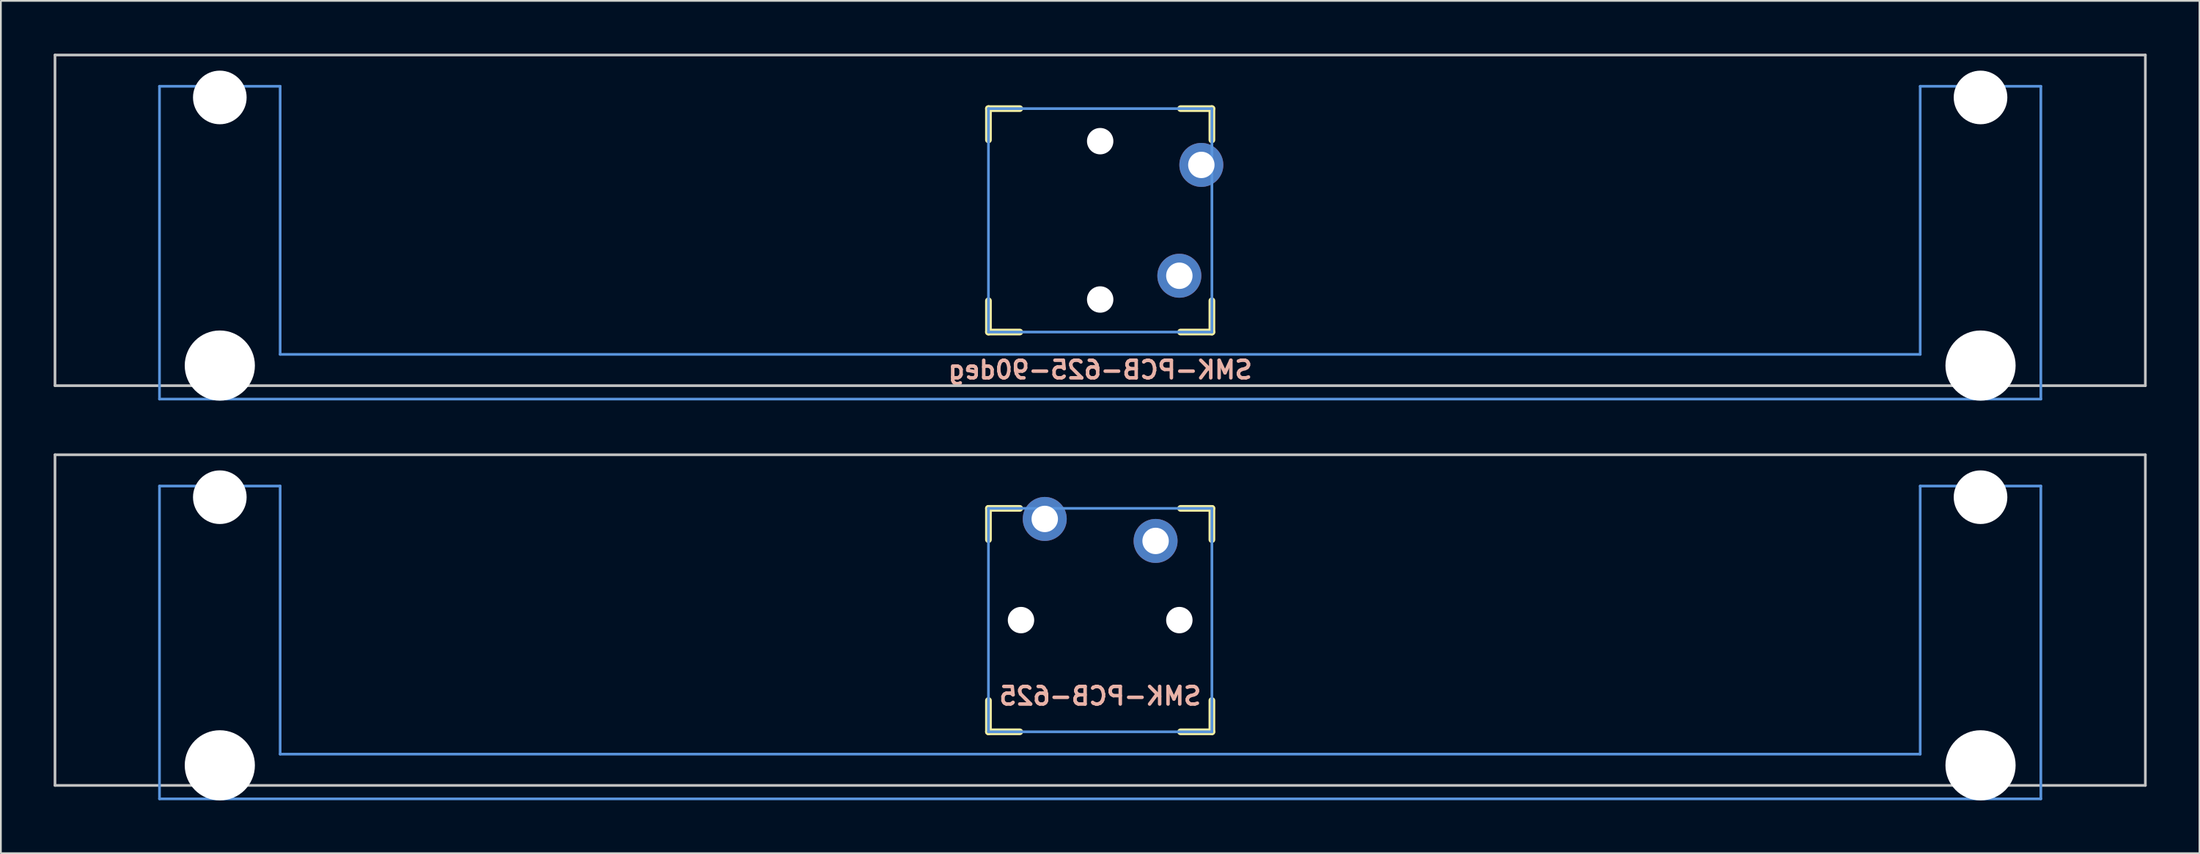
<source format=kicad_pcb>
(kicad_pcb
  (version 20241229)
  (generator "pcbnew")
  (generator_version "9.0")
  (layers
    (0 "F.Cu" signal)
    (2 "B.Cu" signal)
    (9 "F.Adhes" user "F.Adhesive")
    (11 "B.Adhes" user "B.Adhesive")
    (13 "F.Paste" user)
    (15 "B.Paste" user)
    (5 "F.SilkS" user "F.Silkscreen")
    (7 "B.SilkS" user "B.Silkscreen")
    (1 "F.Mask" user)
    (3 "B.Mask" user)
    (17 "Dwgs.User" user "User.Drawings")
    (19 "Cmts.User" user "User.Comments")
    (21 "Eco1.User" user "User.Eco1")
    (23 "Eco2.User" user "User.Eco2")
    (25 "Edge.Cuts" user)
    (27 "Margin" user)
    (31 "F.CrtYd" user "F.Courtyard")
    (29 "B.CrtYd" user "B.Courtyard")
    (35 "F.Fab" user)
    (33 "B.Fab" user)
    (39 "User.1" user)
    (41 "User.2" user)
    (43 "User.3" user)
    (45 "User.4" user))
  (footprint "SMK-PCB-625-90deg"
    (layer "F.Cu")
    (at 59.482 9.474)
    (property "Reference" "SMK-PCB-625-90deg" (at 0 8.5 0) (layer "B.SilkS") (effects (font (size 1 1) (thickness 0.2)) (justify mirror)))
    (attr through_hole)
    (fp_line (start -6.35 -6.35) (end -4.572 -6.35) (stroke (width 0.381) (type solid)) (layer "F.SilkS"))
    (fp_line (start -6.35 -4.572) (end -6.35 -6.35) (stroke (width 0.381) (type solid)) (layer "F.SilkS"))
    (fp_line (start -6.35 6.35) (end -6.35 4.572) (stroke (width 0.381) (type solid)) (layer "F.SilkS"))
    (fp_line (start -4.572 6.35) (end -6.35 6.35) (stroke (width 0.381) (type solid)) (layer "F.SilkS"))
    (fp_line (start 4.572 -6.35) (end 6.35 -6.35) (stroke (width 0.381) (type solid)) (layer "F.SilkS"))
    (fp_line (start 6.35 -6.35) (end 6.35 -4.572) (stroke (width 0.381) (type solid)) (layer "F.SilkS"))
    (fp_line (start 6.35 4.572) (end 6.35 6.35) (stroke (width 0.381) (type solid)) (layer "F.SilkS"))
    (fp_line (start 6.35 6.35) (end 4.572 6.35) (stroke (width 0.381) (type solid)) (layer "F.SilkS"))
    (fp_line (start -59.406 -9.398) (end 59.406 -9.398) (stroke (width 0.152) (type solid)) (layer "Dwgs.User"))
    (fp_line (start -59.406 9.398) (end -59.406 -9.398) (stroke (width 0.152) (type solid)) (layer "Dwgs.User"))
    (fp_line (start 59.406 -9.398) (end 59.406 9.398) (stroke (width 0.152) (type solid)) (layer "Dwgs.User"))
    (fp_line (start 59.406 9.398) (end -59.406 9.398) (stroke (width 0.152) (type solid)) (layer "Dwgs.User"))
    (fp_line (start -53.467 -7.62) (end -53.467 10.16) (stroke (width 0.152) (type solid)) (layer "Cmts.User"))
    (fp_line (start -53.467 10.16) (end 53.467 10.16) (stroke (width 0.152) (type solid)) (layer "Cmts.User"))
    (fp_line (start -46.609 -7.62) (end -53.467 -7.62) (stroke (width 0.152) (type solid)) (layer "Cmts.User"))
    (fp_line (start -46.609 7.62) (end -46.609 -7.62) (stroke (width 0.152) (type solid)) (layer "Cmts.User"))
    (fp_line (start -6.35 -6.35) (end 6.35 -6.35) (stroke (width 0.152) (type solid)) (layer "Cmts.User"))
    (fp_line (start -6.35 6.35) (end -6.35 -6.35) (stroke (width 0.152) (type solid)) (layer "Cmts.User"))
    (fp_line (start 6.35 -6.35) (end 6.35 6.35) (stroke (width 0.152) (type solid)) (layer "Cmts.User"))
    (fp_line (start 6.35 6.35) (end -6.35 6.35) (stroke (width 0.152) (type solid)) (layer "Cmts.User"))
    (fp_line (start 46.609 -7.62) (end 46.609 7.62) (stroke (width 0.152) (type solid)) (layer "Cmts.User"))
    (fp_line (start 46.609 7.62) (end -46.609 7.62) (stroke (width 0.152) (type solid)) (layer "Cmts.User"))
    (fp_line (start 53.467 -7.62) (end 46.609 -7.62) (stroke (width 0.152) (type solid)) (layer "Cmts.User"))
    (fp_line (start 53.467 10.16) (end 53.467 -7.62) (stroke (width 0.152) (type solid)) (layer "Cmts.User"))
    (fp_line (start -54.229 -2.286) (end -53.365 -2.286) (stroke (width 0.152) (type solid)) (layer "Eco2.User"))
    (fp_line (start -54.229 0.508) (end -54.229 -2.286) (stroke (width 0.152) (type solid)) (layer "Eco2.User"))
    (fp_line (start -53.365 -5.69) (end -46.711 -5.69) (stroke (width 0.152) (type solid)) (layer "Eco2.User"))
    (fp_line (start -53.365 -2.286) (end -53.365 -5.69) (stroke (width 0.152) (type solid)) (layer "Eco2.User"))
    (fp_line (start -53.365 0.508) (end -54.229 0.508) (stroke (width 0.152) (type solid)) (layer "Eco2.User"))
    (fp_line (start -53.365 6.604) (end -53.365 0.508) (stroke (width 0.152) (type solid)) (layer "Eco2.User"))
    (fp_line (start -52.324 6.604) (end -53.365 6.604) (stroke (width 0.152) (type solid)) (layer "Eco2.User"))
    (fp_line (start -52.324 7.772) (end -52.324 6.604) (stroke (width 0.152) (type solid)) (layer "Eco2.User"))
    (fp_line (start -47.752 6.604) (end -47.752 7.772) (stroke (width 0.152) (type solid)) (layer "Eco2.User"))
    (fp_line (start -47.752 7.772) (end -52.324 7.772) (stroke (width 0.152) (type solid)) (layer "Eco2.User"))
    (fp_line (start -46.711 -5.69) (end -46.711 -2.286) (stroke (width 0.152) (type solid)) (layer "Eco2.User"))
    (fp_line (start -46.711 -2.286) (end -6.985 -2.286) (stroke (width 0.152) (type solid)) (layer "Eco2.User"))
    (fp_line (start -46.711 2.286) (end -46.711 6.604) (stroke (width 0.152) (type solid)) (layer "Eco2.User"))
    (fp_line (start -46.711 6.604) (end -47.752 6.604) (stroke (width 0.152) (type solid)) (layer "Eco2.User"))
    (fp_line (start -7.75 -6.4) (end -6.985 -6.4) (stroke (width 0.152) (type solid)) (layer "Eco2.User"))
    (fp_line (start -7.75 6.4) (end -6.985 6.4) (stroke (width 0.152) (type solid)) (layer "Eco2.User"))
    (fp_line (start -6.985 2.286) (end -46.711 2.286) (stroke (width 0.152) (type solid)) (layer "Eco2.User"))
    (fp_line (start -6.985 6.985) (end -6.985 -6.985) (stroke (width 0.152) (type solid)) (layer "Eco2.User"))
    (fp_line (start -6.985 6.985) (end -6.4 6.985) (stroke (width 0.152) (type solid)) (layer "Eco2.User"))
    (fp_line (start -6.4 -6.985) (end -6.985 -6.985) (stroke (width 0.152) (type solid)) (layer "Eco2.User"))
    (fp_line (start 6.4 -6.985) (end 6.985 -6.985) (stroke (width 0.152) (type solid)) (layer "Eco2.User"))
    (fp_line (start 6.4 6.985) (end 6.985 6.985) (stroke (width 0.152) (type solid)) (layer "Eco2.User"))
    (fp_line (start 6.985 -6.985) (end 6.985 6.985) (stroke (width 0.152) (type solid)) (layer "Eco2.User"))
    (fp_line (start 6.985 -2.286) (end 46.711 -2.286) (stroke (width 0.152) (type solid)) (layer "Eco2.User"))
    (fp_line (start 6.985 6.4) (end 7.75 6.4) (stroke (width 0.152) (type solid)) (layer "Eco2.User"))
    (fp_line (start 7.75 -6.4) (end 6.985 -6.4) (stroke (width 0.152) (type solid)) (layer "Eco2.User"))
    (fp_line (start 46.711 -5.69) (end 53.365 -5.69) (stroke (width 0.152) (type solid)) (layer "Eco2.User"))
    (fp_line (start 46.711 -2.286) (end 46.711 -5.69) (stroke (width 0.152) (type solid)) (layer "Eco2.User"))
    (fp_line (start 46.711 2.286) (end 6.985 2.286) (stroke (width 0.152) (type solid)) (layer "Eco2.User"))
    (fp_line (start 46.711 6.604) (end 46.711 2.286) (stroke (width 0.152) (type solid)) (layer "Eco2.User"))
    (fp_line (start 47.752 6.604) (end 46.711 6.604) (stroke (width 0.152) (type solid)) (layer "Eco2.User"))
    (fp_line (start 47.752 7.772) (end 47.752 6.604) (stroke (width 0.152) (type solid)) (layer "Eco2.User"))
    (fp_line (start 52.324 6.604) (end 52.324 7.772) (stroke (width 0.152) (type solid)) (layer "Eco2.User"))
    (fp_line (start 52.324 7.772) (end 47.752 7.772) (stroke (width 0.152) (type solid)) (layer "Eco2.User"))
    (fp_line (start 53.365 -5.69) (end 53.365 -2.286) (stroke (width 0.152) (type solid)) (layer "Eco2.User"))
    (fp_line (start 53.365 -2.286) (end 54.229 -2.286) (stroke (width 0.152) (type solid)) (layer "Eco2.User"))
    (fp_line (start 53.365 0.508) (end 53.365 6.604) (stroke (width 0.152) (type solid)) (layer "Eco2.User"))
    (fp_line (start 53.365 6.604) (end 52.324 6.604) (stroke (width 0.152) (type solid)) (layer "Eco2.User"))
    (fp_line (start 54.229 -2.286) (end 54.229 0.508) (stroke (width 0.152) (type solid)) (layer "Eco2.User"))
    (fp_line (start 54.229 0.508) (end 53.365 0.508) (stroke (width 0.152) (type solid)) (layer "Eco2.User"))
    (pad "" np_thru_hole circle (at -50.038 -6.985) (size 3.048 3.048) (drill 3.048) (layers "*.Cu"))
    (pad "" np_thru_hole circle (at -50.038 8.255) (size 3.988 3.988) (drill 3.988) (layers "*.Cu"))
    (pad "" np_thru_hole circle (at 0 -4.5 270) (size 1.5 1.5) (drill 1.5) (layers "*.Cu" "*.Mask"))
    (pad "" np_thru_hole circle (at 0 4.5 270) (size 1.5 1.5) (drill 1.5) (layers "*.Cu" "*.Mask"))
    (pad "" np_thru_hole circle (at 50.038 -6.985) (size 3.048 3.048) (drill 3.048) (layers "*.Cu"))
    (pad "" np_thru_hole circle (at 50.038 8.255) (size 3.988 3.988) (drill 3.988) (layers "*.Cu"))
    (pad "1" thru_hole circle (at 5.75 -3.15 270) (size 2.5 2.5) (drill 1.5) (layers "*.Cu" "*.Mask"))
    (pad "2" thru_hole circle (at 4.5 3.15 270) (size 2.5 2.5) (drill 1.5) (layers "*.Cu" "*.Mask")))
  (footprint "SMK-PCB-625"
    (layer "F.Cu")
    (at 59.482 32.197)
    (property "Reference" "SMK-PCB-625" (at 0 4.318 0) (layer "B.SilkS") (effects (font (size 1 1) (thickness 0.2)) (justify mirror)))
    (attr through_hole)
    (fp_line (start -6.35 -6.35) (end -4.572 -6.35) (stroke (width 0.381) (type solid)) (layer "F.SilkS"))
    (fp_line (start -6.35 -4.572) (end -6.35 -6.35) (stroke (width 0.381) (type solid)) (layer "F.SilkS"))
    (fp_line (start -6.35 6.35) (end -6.35 4.572) (stroke (width 0.381) (type solid)) (layer "F.SilkS"))
    (fp_line (start -4.572 6.35) (end -6.35 6.35) (stroke (width 0.381) (type solid)) (layer "F.SilkS"))
    (fp_line (start 4.572 -6.35) (end 6.35 -6.35) (stroke (width 0.381) (type solid)) (layer "F.SilkS"))
    (fp_line (start 6.35 -6.35) (end 6.35 -4.572) (stroke (width 0.381) (type solid)) (layer "F.SilkS"))
    (fp_line (start 6.35 4.572) (end 6.35 6.35) (stroke (width 0.381) (type solid)) (layer "F.SilkS"))
    (fp_line (start 6.35 6.35) (end 4.572 6.35) (stroke (width 0.381) (type solid)) (layer "F.SilkS"))
    (fp_line (start -59.406 -9.398) (end 59.406 -9.398) (stroke (width 0.152) (type solid)) (layer "Dwgs.User"))
    (fp_line (start -59.406 9.398) (end -59.406 -9.398) (stroke (width 0.152) (type solid)) (layer "Dwgs.User"))
    (fp_line (start 59.406 -9.398) (end 59.406 9.398) (stroke (width 0.152) (type solid)) (layer "Dwgs.User"))
    (fp_line (start 59.406 9.398) (end -59.406 9.398) (stroke (width 0.152) (type solid)) (layer "Dwgs.User"))
    (fp_line (start -53.467 -7.62) (end -53.467 10.16) (stroke (width 0.152) (type solid)) (layer "Cmts.User"))
    (fp_line (start -53.467 10.16) (end 53.467 10.16) (stroke (width 0.152) (type solid)) (layer "Cmts.User"))
    (fp_line (start -46.609 -7.62) (end -53.467 -7.62) (stroke (width 0.152) (type solid)) (layer "Cmts.User"))
    (fp_line (start -46.609 7.62) (end -46.609 -7.62) (stroke (width 0.152) (type solid)) (layer "Cmts.User"))
    (fp_line (start -6.35 -6.35) (end 6.35 -6.35) (stroke (width 0.152) (type solid)) (layer "Cmts.User"))
    (fp_line (start -6.35 6.35) (end -6.35 -6.35) (stroke (width 0.152) (type solid)) (layer "Cmts.User"))
    (fp_line (start 6.35 -6.35) (end 6.35 6.35) (stroke (width 0.152) (type solid)) (layer "Cmts.User"))
    (fp_line (start 6.35 6.35) (end -6.35 6.35) (stroke (width 0.152) (type solid)) (layer "Cmts.User"))
    (fp_line (start 46.609 -7.62) (end 46.609 7.62) (stroke (width 0.152) (type solid)) (layer "Cmts.User"))
    (fp_line (start 46.609 7.62) (end -46.609 7.62) (stroke (width 0.152) (type solid)) (layer "Cmts.User"))
    (fp_line (start 53.467 -7.62) (end 46.609 -7.62) (stroke (width 0.152) (type solid)) (layer "Cmts.User"))
    (fp_line (start 53.467 10.16) (end 53.467 -7.62) (stroke (width 0.152) (type solid)) (layer "Cmts.User"))
    (fp_line (start -54.229 -2.286) (end -53.365 -2.286) (stroke (width 0.152) (type solid)) (layer "Eco2.User"))
    (fp_line (start -54.229 0.508) (end -54.229 -2.286) (stroke (width 0.152) (type solid)) (layer "Eco2.User"))
    (fp_line (start -53.365 -5.69) (end -46.711 -5.69) (stroke (width 0.152) (type solid)) (layer "Eco2.User"))
    (fp_line (start -53.365 -2.286) (end -53.365 -5.69) (stroke (width 0.152) (type solid)) (layer "Eco2.User"))
    (fp_line (start -53.365 0.508) (end -54.229 0.508) (stroke (width 0.152) (type solid)) (layer "Eco2.User"))
    (fp_line (start -53.365 6.604) (end -53.365 0.508) (stroke (width 0.152) (type solid)) (layer "Eco2.User"))
    (fp_line (start -52.324 6.604) (end -53.365 6.604) (stroke (width 0.152) (type solid)) (layer "Eco2.User"))
    (fp_line (start -52.324 7.772) (end -52.324 6.604) (stroke (width 0.152) (type solid)) (layer "Eco2.User"))
    (fp_line (start -47.752 6.604) (end -47.752 7.772) (stroke (width 0.152) (type solid)) (layer "Eco2.User"))
    (fp_line (start -47.752 7.772) (end -52.324 7.772) (stroke (width 0.152) (type solid)) (layer "Eco2.User"))
    (fp_line (start -46.711 -5.69) (end -46.711 -2.286) (stroke (width 0.152) (type solid)) (layer "Eco2.User"))
    (fp_line (start -46.711 -2.286) (end -6.985 -2.286) (stroke (width 0.152) (type solid)) (layer "Eco2.User"))
    (fp_line (start -46.711 2.286) (end -46.711 6.604) (stroke (width 0.152) (type solid)) (layer "Eco2.User"))
    (fp_line (start -46.711 6.604) (end -47.752 6.604) (stroke (width 0.152) (type solid)) (layer "Eco2.User"))
    (fp_line (start -7.75 -6.4) (end -6.985 -6.4) (stroke (width 0.152) (type solid)) (layer "Eco2.User"))
    (fp_line (start -7.75 6.4) (end -6.985 6.4) (stroke (width 0.152) (type solid)) (layer "Eco2.User"))
    (fp_line (start -6.985 -6.985) (end 6.985 -6.985) (stroke (width 0.152) (type solid)) (layer "Eco2.User"))
    (fp_line (start -6.985 -6.4) (end -6.985 -6.985) (stroke (width 0.152) (type solid)) (layer "Eco2.User"))
    (fp_line (start -6.985 2.286) (end -46.711 2.286) (stroke (width 0.152) (type solid)) (layer "Eco2.User"))
    (fp_line (start -6.985 6.4) (end -6.985 6.985) (stroke (width 0.152) (type solid)) (layer "Eco2.User"))
    (fp_line (start 6.985 -6.4) (end 6.985 -6.985) (stroke (width 0.152) (type solid)) (layer "Eco2.User"))
    (fp_line (start 6.985 -2.286) (end 46.711 -2.286) (stroke (width 0.152) (type solid)) (layer "Eco2.User"))
    (fp_line (start 6.985 6.4) (end 7.75 6.4) (stroke (width 0.152) (type solid)) (layer "Eco2.User"))
    (fp_line (start 6.985 6.985) (end -6.985 6.985) (stroke (width 0.152) (type solid)) (layer "Eco2.User"))
    (fp_line (start 6.985 6.985) (end 6.985 6.4) (stroke (width 0.152) (type solid)) (layer "Eco2.User"))
    (fp_line (start 7.75 -6.4) (end 6.985 -6.4) (stroke (width 0.152) (type solid)) (layer "Eco2.User"))
    (fp_line (start 46.711 -5.69) (end 53.365 -5.69) (stroke (width 0.152) (type solid)) (layer "Eco2.User"))
    (fp_line (start 46.711 -2.286) (end 46.711 -5.69) (stroke (width 0.152) (type solid)) (layer "Eco2.User"))
    (fp_line (start 46.711 2.286) (end 6.985 2.286) (stroke (width 0.152) (type solid)) (layer "Eco2.User"))
    (fp_line (start 46.711 6.604) (end 46.711 2.286) (stroke (width 0.152) (type solid)) (layer "Eco2.User"))
    (fp_line (start 47.752 6.604) (end 46.711 6.604) (stroke (width 0.152) (type solid)) (layer "Eco2.User"))
    (fp_line (start 47.752 7.772) (end 47.752 6.604) (stroke (width 0.152) (type solid)) (layer "Eco2.User"))
    (fp_line (start 52.324 6.604) (end 52.324 7.772) (stroke (width 0.152) (type solid)) (layer "Eco2.User"))
    (fp_line (start 52.324 7.772) (end 47.752 7.772) (stroke (width 0.152) (type solid)) (layer "Eco2.User"))
    (fp_line (start 53.365 -5.69) (end 53.365 -2.286) (stroke (width 0.152) (type solid)) (layer "Eco2.User"))
    (fp_line (start 53.365 -2.286) (end 54.229 -2.286) (stroke (width 0.152) (type solid)) (layer "Eco2.User"))
    (fp_line (start 53.365 0.508) (end 53.365 6.604) (stroke (width 0.152) (type solid)) (layer "Eco2.User"))
    (fp_line (start 53.365 6.604) (end 52.324 6.604) (stroke (width 0.152) (type solid)) (layer "Eco2.User"))
    (fp_line (start 54.229 -2.286) (end 54.229 0.508) (stroke (width 0.152) (type solid)) (layer "Eco2.User"))
    (fp_line (start 54.229 0.508) (end 53.365 0.508) (stroke (width 0.152) (type solid)) (layer "Eco2.User"))
    (pad "" np_thru_hole circle (at -50.038 -6.985) (size 3.048 3.048) (drill 3.048) (layers "*.Cu"))
    (pad "" np_thru_hole circle (at -50.038 8.255) (size 3.988 3.988) (drill 3.988) (layers "*.Cu"))
    (pad "" np_thru_hole circle (at -4.5 0) (size 1.5 1.5) (drill 1.5) (layers "*.Cu" "*.Mask"))
    (pad "" np_thru_hole circle (at 4.5 0) (size 1.5 1.5) (drill 1.5) (layers "*.Cu" "*.Mask"))
    (pad "" np_thru_hole circle (at 50.038 -6.985) (size 3.048 3.048) (drill 3.048) (layers "*.Cu"))
    (pad "" np_thru_hole circle (at 50.038 8.255) (size 3.988 3.988) (drill 3.988) (layers "*.Cu"))
    (pad "1" thru_hole circle (at -3.15 -5.75) (size 2.5 2.5) (drill 1.5) (layers "*.Cu" "*.Mask"))
    (pad "2" thru_hole circle (at 3.15 -4.5) (size 2.5 2.5) (drill 1.5) (layers "*.Cu" "*.Mask")))
  (gr_rect
    (start -3 -3)
    (end 121.963 45.446)
    (stroke (width 0.1) (type default))
    (fill no)
    (layer "Edge.Cuts")))
</source>
